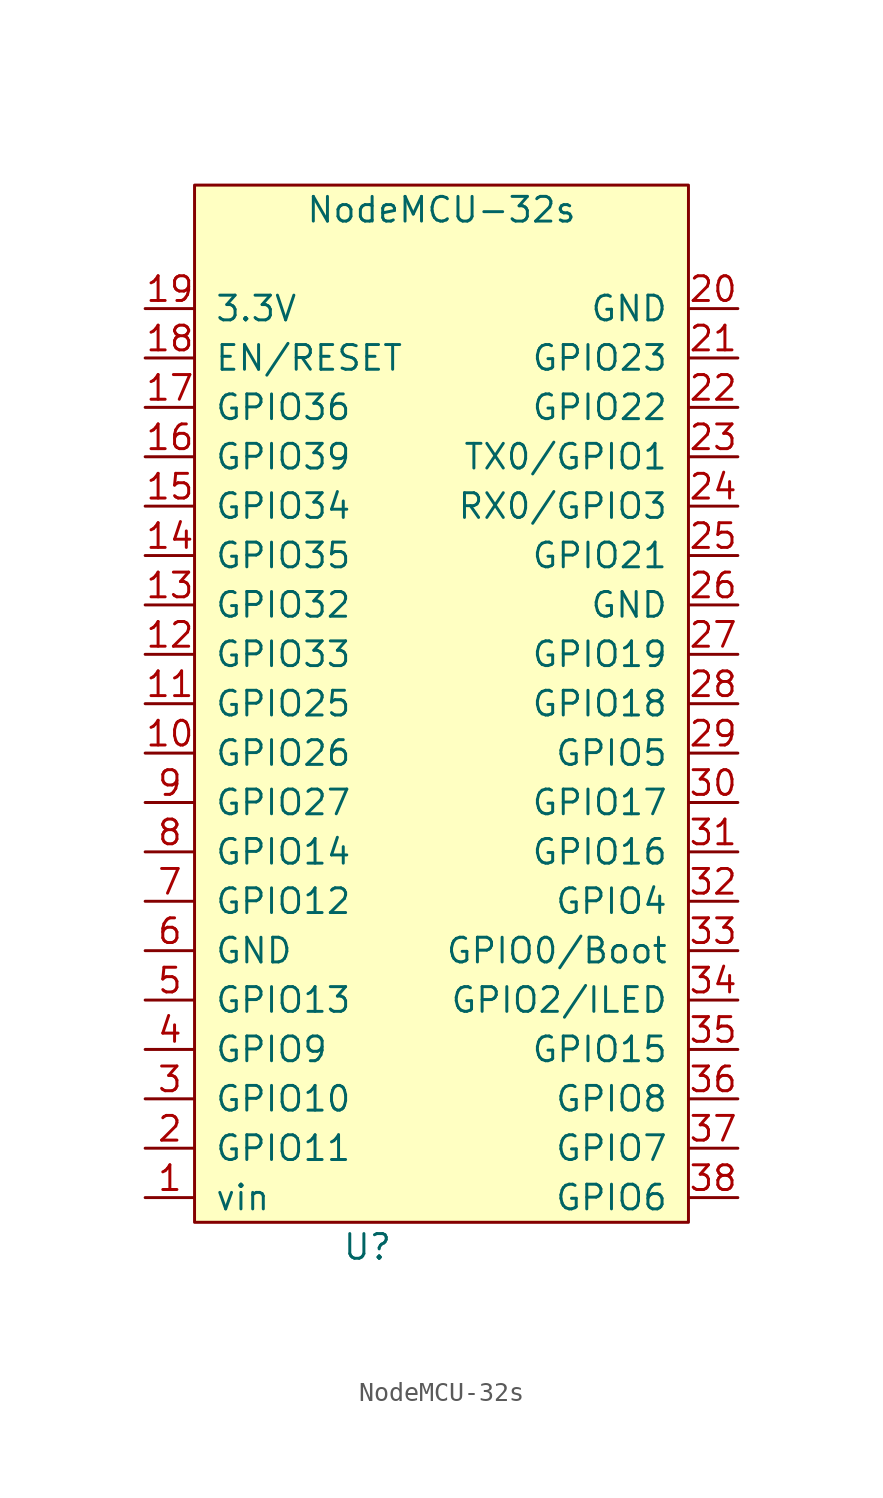
<source format=kicad_sym>
(kicad_symbol_lib
  (version 20220914)
  (generator kicad_symbol_editor)
  (symbol "NodeMCU-32s"
    (pin_names
      (offset 1.016))
    (property "Reference" "U"
      (at -3.81 -25.4 0)
      (effects (font (size 1.27 1.27))))
    (property "Value" "NodeMCU-32s"
      (at 0 27.94 0)
      (effects (font (size 1.27 1.27))))
    (symbol "NodeMCU-32s_0_0"
      (pin bidirectional line (at -15.24 -17.78 0) (length 2.54) (name "GPIO10" (effects (font (size 1.27 1.27)))) (number "3" (effects (font (size 1.27 1.27)))))
      (pin bidirectional line (at -15.24 -15.24 0) (length 2.54) (name "GPIO9" (effects (font (size 1.27 1.27)))) (number "4" (effects (font (size 1.27 1.27)))))
      (pin bidirectional line (at -15.24 -12.7 0) (length 2.54) (name "GPIO13" (effects (font (size 1.27 1.27)))) (number "5" (effects (font (size 1.27 1.27))))))
    (symbol "NodeMCU-32s_0_1"
      (rectangle (start -12.7 29.21) (end 12.7 -24.13) (stroke (width 0) (type solid)) (fill (type background))))
    (symbol "NodeMCU-32s_1_1"
      (pin bidirectional line (at -15.24 -22.86 0) (length 2.54) (name "vin" (effects (font (size 1.27 1.27)))) (number "1" (effects (font (size 1.27 1.27)))))
      (pin bidirectional line (at -15.24 0 0) (length 2.54) (name "GPIO26" (effects (font (size 1.27 1.27)))) (number "10" (effects (font (size 1.27 1.27)))))
      (pin bidirectional line (at -15.24 2.54 0) (length 2.54) (name "GPIO25" (effects (font (size 1.27 1.27)))) (number "11" (effects (font (size 1.27 1.27)))))
      (pin bidirectional line (at -15.24 5.08 0) (length 2.54) (name "GPIO33" (effects (font (size 1.27 1.27)))) (number "12" (effects (font (size 1.27 1.27)))))
      (pin bidirectional line (at -15.24 7.62 0) (length 2.54) (name "GPIO32" (effects (font (size 1.27 1.27)))) (number "13" (effects (font (size 1.27 1.27)))))
      (pin bidirectional line (at -15.24 10.16 0) (length 2.54) (name "GPIO35" (effects (font (size 1.27 1.27)))) (number "14" (effects (font (size 1.27 1.27)))))
      (pin bidirectional line (at -15.24 12.7 0) (length 2.54) (name "GPIO34" (effects (font (size 1.27 1.27)))) (number "15" (effects (font (size 1.27 1.27)))))
      (pin bidirectional line (at -15.24 15.24 0) (length 2.54) (name "GPIO39" (effects (font (size 1.27 1.27)))) (number "16" (effects (font (size 1.27 1.27)))))
      (pin bidirectional line (at -15.24 17.78 0) (length 2.54) (name "GPIO36" (effects (font (size 1.27 1.27)))) (number "17" (effects (font (size 1.27 1.27)))))
      (pin input line (at -15.24 20.32 0) (length 2.54) (name "EN/RESET" (effects (font (size 1.27 1.27)))) (number "18" (effects (font (size 1.27 1.27)))))
      (pin power_out line (at -15.24 22.86 0) (length 2.54) (name "3.3V" (effects (font (size 1.27 1.27)))) (number "19" (effects (font (size 1.27 1.27)))))
      (pin bidirectional line (at -15.24 -20.32 0) (length 2.54) (name "GPIO11" (effects (font (size 1.27 1.27)))) (number "2" (effects (font (size 1.27 1.27)))))
      (pin power_out line (at 15.24 22.86 180) (length 2.54) (name "GND" (effects (font (size 1.27 1.27)))) (number "20" (effects (font (size 1.27 1.27)))))
      (pin bidirectional line (at 15.24 20.32 180) (length 2.54) (name "GPIO23" (effects (font (size 1.27 1.27)))) (number "21" (effects (font (size 1.27 1.27)))))
      (pin bidirectional line (at 15.24 17.78 180) (length 2.54) (name "GPIO22" (effects (font (size 1.27 1.27)))) (number "22" (effects (font (size 1.27 1.27)))))
      (pin bidirectional line (at 15.24 15.24 180) (length 2.54) (name "TX0/GPIO1" (effects (font (size 1.27 1.27)))) (number "23" (effects (font (size 1.27 1.27)))))
      (pin bidirectional line (at 15.24 12.7 180) (length 2.54) (name "RX0/GPIO3" (effects (font (size 1.27 1.27)))) (number "24" (effects (font (size 1.27 1.27)))))
      (pin bidirectional line (at 15.24 10.16 180) (length 2.54) (name "GPIO21" (effects (font (size 1.27 1.27)))) (number "25" (effects (font (size 1.27 1.27)))))
      (pin power_in line (at 15.24 7.62 180) (length 2.54) (name "GND" (effects (font (size 1.27 1.27)))) (number "26" (effects (font (size 1.27 1.27)))))
      (pin bidirectional line (at 15.24 5.08 180) (length 2.54) (name "GPIO19" (effects (font (size 1.27 1.27)))) (number "27" (effects (font (size 1.27 1.27)))))
      (pin bidirectional line (at 15.24 2.54 180) (length 2.54) (name "GPIO18" (effects (font (size 1.27 1.27)))) (number "28" (effects (font (size 1.27 1.27)))))
      (pin bidirectional line (at 15.24 0 180) (length 2.54) (name "GPIO5" (effects (font (size 1.27 1.27)))) (number "29" (effects (font (size 1.27 1.27)))))
      (pin bidirectional line (at 15.24 -2.54 180) (length 2.54) (name "GPIO17" (effects (font (size 1.27 1.27)))) (number "30" (effects (font (size 1.27 1.27)))))
      (pin bidirectional line (at 15.24 -5.08 180) (length 2.54) (name "GPIO16" (effects (font (size 1.27 1.27)))) (number "31" (effects (font (size 1.27 1.27)))))
      (pin bidirectional line (at 15.24 -7.62 180) (length 2.54) (name "GPIO4" (effects (font (size 1.27 1.27)))) (number "32" (effects (font (size 1.27 1.27)))))
      (pin bidirectional line (at 15.24 -10.16 180) (length 2.54) (name "GPIO0/Boot" (effects (font (size 1.27 1.27)))) (number "33" (effects (font (size 1.27 1.27)))))
      (pin bidirectional line (at 15.24 -12.7 180) (length 2.54) (name "GPIO2/ILED" (effects (font (size 1.27 1.27)))) (number "34" (effects (font (size 1.27 1.27)))))
      (pin bidirectional line (at 15.24 -15.24 180) (length 2.54) (name "GPIO15" (effects (font (size 1.27 1.27)))) (number "35" (effects (font (size 1.27 1.27)))))
      (pin bidirectional line (at 15.24 -17.78 180) (length 2.54) (name "GPIO8" (effects (font (size 1.27 1.27)))) (number "36" (effects (font (size 1.27 1.27)))))
      (pin bidirectional line (at 15.24 -20.32 180) (length 2.54) (name "GPIO7" (effects (font (size 1.27 1.27)))) (number "37" (effects (font (size 1.27 1.27)))))
      (pin bidirectional line (at 15.24 -22.86 180) (length 2.54) (name "GPIO6" (effects (font (size 1.27 1.27)))) (number "38" (effects (font (size 1.27 1.27)))))
      (pin power_in line (at -15.24 -10.16 0) (length 2.54) (name "GND" (effects (font (size 1.27 1.27)))) (number "6" (effects (font (size 1.27 1.27)))))
      (pin bidirectional line (at -15.24 -7.62 0) (length 2.54) (name "GPIO12" (effects (font (size 1.27 1.27)))) (number "7" (effects (font (size 1.27 1.27)))))
      (pin bidirectional line (at -15.24 -5.08 0) (length 2.54) (name "GPIO14" (effects (font (size 1.27 1.27)))) (number "8" (effects (font (size 1.27 1.27)))))
      (pin bidirectional line (at -15.24 -2.54 0) (length 2.54) (name "GPIO27" (effects (font (size 1.27 1.27)))) (number "9" (effects (font (size 1.27 1.27))))))))
</source>
